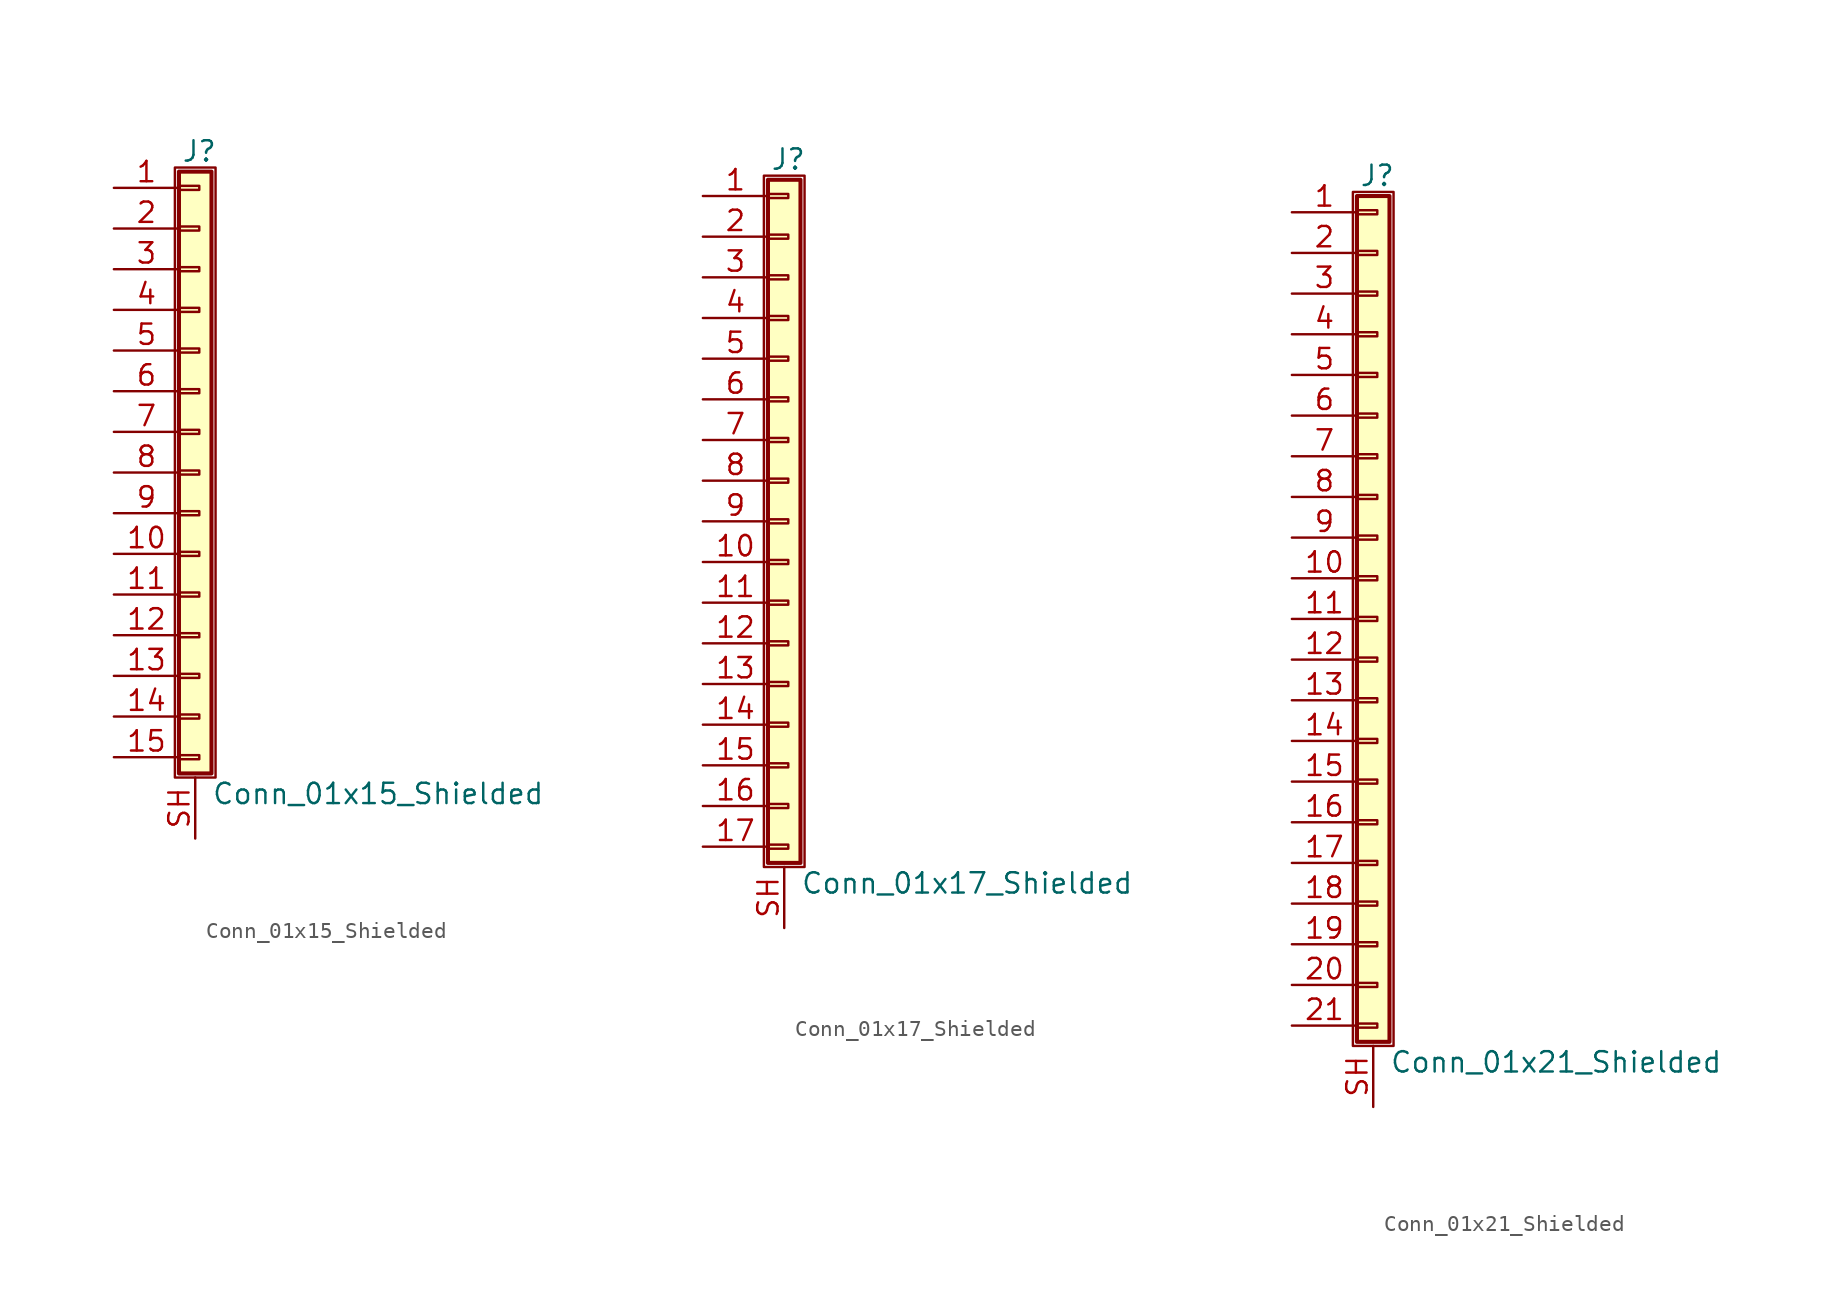
<source format=kicad_sym>
(kicad_symbol_lib
  (version 20220914)
  (generator kicad_symbol_editor)
  (symbol "Conn_01x15_Shielded"
    (pin_names
      (offset 1.016) hide)
    (property "Reference" "J"
      (at 0.254 20.066 0)
      (effects (font (size 1.27 1.27))))
    (property "Value" "Conn_01x15_Shielded"
      (at 1.016 -20.066 0)
      (effects (font (size 1.27 1.27)) (justify left)))
    (symbol "Conn_01x15_Shielded_1_1"
      (rectangle (start -1.27 19.05) (end 1.27 -19.05) (stroke (width 0.152) (type default)) (fill (type none)))
      (rectangle (start -1.016 -17.653) (end 0.254 -17.907) (stroke (width 0.152) (type default)) (fill (type none)))
      (rectangle (start -1.016 -15.113) (end 0.254 -15.367) (stroke (width 0.152) (type default)) (fill (type none)))
      (rectangle (start -1.016 -12.573) (end 0.254 -12.827) (stroke (width 0.152) (type default)) (fill (type none)))
      (rectangle (start -1.016 -10.033) (end 0.254 -10.287) (stroke (width 0.152) (type default)) (fill (type none)))
      (rectangle (start -1.016 -7.493) (end 0.254 -7.747) (stroke (width 0.152) (type default)) (fill (type none)))
      (rectangle (start -1.016 -4.953) (end 0.254 -5.207) (stroke (width 0.152) (type default)) (fill (type none)))
      (rectangle (start -1.016 -2.413) (end 0.254 -2.667) (stroke (width 0.152) (type default)) (fill (type none)))
      (rectangle (start -1.016 0.127) (end 0.254 -0.127) (stroke (width 0.152) (type default)) (fill (type none)))
      (rectangle (start -1.016 2.667) (end 0.254 2.413) (stroke (width 0.152) (type default)) (fill (type none)))
      (rectangle (start -1.016 5.207) (end 0.254 4.953) (stroke (width 0.152) (type default)) (fill (type none)))
      (rectangle (start -1.016 7.747) (end 0.254 7.493) (stroke (width 0.152) (type default)) (fill (type none)))
      (rectangle (start -1.016 10.287) (end 0.254 10.033) (stroke (width 0.152) (type default)) (fill (type none)))
      (rectangle (start -1.016 12.827) (end 0.254 12.573) (stroke (width 0.152) (type default)) (fill (type none)))
      (rectangle (start -1.016 15.367) (end 0.254 15.113) (stroke (width 0.152) (type default)) (fill (type none)))
      (rectangle (start -1.016 17.907) (end 0.254 17.653) (stroke (width 0.152) (type default)) (fill (type none)))
      (rectangle (start -1.016 18.796) (end 1.016 -18.796) (stroke (width 0.254) (type default)) (fill (type background)))
      (pin passive line (at -5.08 17.78 0) (length 4.064) (name "Pin_1" (effects (font (size 1.27 1.27)))) (number "1" (effects (font (size 1.27 1.27)))))
      (pin passive line (at -5.08 -5.08 0) (length 4.064) (name "Pin_10" (effects (font (size 1.27 1.27)))) (number "10" (effects (font (size 1.27 1.27)))))
      (pin passive line (at -5.08 -7.62 0) (length 4.064) (name "Pin_11" (effects (font (size 1.27 1.27)))) (number "11" (effects (font (size 1.27 1.27)))))
      (pin passive line (at -5.08 -10.16 0) (length 4.064) (name "Pin_12" (effects (font (size 1.27 1.27)))) (number "12" (effects (font (size 1.27 1.27)))))
      (pin passive line (at -5.08 -12.7 0) (length 4.064) (name "Pin_13" (effects (font (size 1.27 1.27)))) (number "13" (effects (font (size 1.27 1.27)))))
      (pin passive line (at -5.08 -15.24 0) (length 4.064) (name "Pin_14" (effects (font (size 1.27 1.27)))) (number "14" (effects (font (size 1.27 1.27)))))
      (pin passive line (at -5.08 -17.78 0) (length 4.064) (name "Pin_15" (effects (font (size 1.27 1.27)))) (number "15" (effects (font (size 1.27 1.27)))))
      (pin passive line (at -5.08 15.24 0) (length 4.064) (name "Pin_2" (effects (font (size 1.27 1.27)))) (number "2" (effects (font (size 1.27 1.27)))))
      (pin passive line (at -5.08 12.7 0) (length 4.064) (name "Pin_3" (effects (font (size 1.27 1.27)))) (number "3" (effects (font (size 1.27 1.27)))))
      (pin passive line (at -5.08 10.16 0) (length 4.064) (name "Pin_4" (effects (font (size 1.27 1.27)))) (number "4" (effects (font (size 1.27 1.27)))))
      (pin passive line (at -5.08 7.62 0) (length 4.064) (name "Pin_5" (effects (font (size 1.27 1.27)))) (number "5" (effects (font (size 1.27 1.27)))))
      (pin passive line (at -5.08 5.08 0) (length 4.064) (name "Pin_6" (effects (font (size 1.27 1.27)))) (number "6" (effects (font (size 1.27 1.27)))))
      (pin passive line (at -5.08 2.54 0) (length 4.064) (name "Pin_7" (effects (font (size 1.27 1.27)))) (number "7" (effects (font (size 1.27 1.27)))))
      (pin passive line (at -5.08 0 0) (length 4.064) (name "Pin_8" (effects (font (size 1.27 1.27)))) (number "8" (effects (font (size 1.27 1.27)))))
      (pin passive line (at -5.08 -2.54 0) (length 4.064) (name "Pin_9" (effects (font (size 1.27 1.27)))) (number "9" (effects (font (size 1.27 1.27)))))
      (pin passive line (at 0 -22.86 90) (length 3.81) (name "Shield" (effects (font (size 1.27 1.27)))) (number "SH" (effects (font (size 1.27 1.27)))))))
  (symbol "Conn_01x17_Shielded"
    (pin_names
      (offset 1.016) hide)
    (property "Reference" "J"
      (at 0.254 22.606 0)
      (effects (font (size 1.27 1.27))))
    (property "Value" "Conn_01x17_Shielded"
      (at 1.016 -22.606 0)
      (effects (font (size 1.27 1.27)) (justify left)))
    (symbol "Conn_01x17_Shielded_1_1"
      (rectangle (start -1.27 21.59) (end 1.27 -21.59) (stroke (width 0.152) (type default)) (fill (type none)))
      (rectangle (start -1.016 -20.193) (end 0.254 -20.447) (stroke (width 0.152) (type default)) (fill (type none)))
      (rectangle (start -1.016 -17.653) (end 0.254 -17.907) (stroke (width 0.152) (type default)) (fill (type none)))
      (rectangle (start -1.016 -15.113) (end 0.254 -15.367) (stroke (width 0.152) (type default)) (fill (type none)))
      (rectangle (start -1.016 -12.573) (end 0.254 -12.827) (stroke (width 0.152) (type default)) (fill (type none)))
      (rectangle (start -1.016 -10.033) (end 0.254 -10.287) (stroke (width 0.152) (type default)) (fill (type none)))
      (rectangle (start -1.016 -7.493) (end 0.254 -7.747) (stroke (width 0.152) (type default)) (fill (type none)))
      (rectangle (start -1.016 -4.953) (end 0.254 -5.207) (stroke (width 0.152) (type default)) (fill (type none)))
      (rectangle (start -1.016 -2.413) (end 0.254 -2.667) (stroke (width 0.152) (type default)) (fill (type none)))
      (rectangle (start -1.016 0.127) (end 0.254 -0.127) (stroke (width 0.152) (type default)) (fill (type none)))
      (rectangle (start -1.016 2.667) (end 0.254 2.413) (stroke (width 0.152) (type default)) (fill (type none)))
      (rectangle (start -1.016 5.207) (end 0.254 4.953) (stroke (width 0.152) (type default)) (fill (type none)))
      (rectangle (start -1.016 7.747) (end 0.254 7.493) (stroke (width 0.152) (type default)) (fill (type none)))
      (rectangle (start -1.016 10.287) (end 0.254 10.033) (stroke (width 0.152) (type default)) (fill (type none)))
      (rectangle (start -1.016 12.827) (end 0.254 12.573) (stroke (width 0.152) (type default)) (fill (type none)))
      (rectangle (start -1.016 15.367) (end 0.254 15.113) (stroke (width 0.152) (type default)) (fill (type none)))
      (rectangle (start -1.016 17.907) (end 0.254 17.653) (stroke (width 0.152) (type default)) (fill (type none)))
      (rectangle (start -1.016 20.447) (end 0.254 20.193) (stroke (width 0.152) (type default)) (fill (type none)))
      (rectangle (start -1.016 21.336) (end 1.016 -21.336) (stroke (width 0.254) (type default)) (fill (type background)))
      (pin passive line (at -5.08 20.32 0) (length 4.064) (name "Pin_1" (effects (font (size 1.27 1.27)))) (number "1" (effects (font (size 1.27 1.27)))))
      (pin passive line (at -5.08 -2.54 0) (length 4.064) (name "Pin_10" (effects (font (size 1.27 1.27)))) (number "10" (effects (font (size 1.27 1.27)))))
      (pin passive line (at -5.08 -5.08 0) (length 4.064) (name "Pin_11" (effects (font (size 1.27 1.27)))) (number "11" (effects (font (size 1.27 1.27)))))
      (pin passive line (at -5.08 -7.62 0) (length 4.064) (name "Pin_12" (effects (font (size 1.27 1.27)))) (number "12" (effects (font (size 1.27 1.27)))))
      (pin passive line (at -5.08 -10.16 0) (length 4.064) (name "Pin_13" (effects (font (size 1.27 1.27)))) (number "13" (effects (font (size 1.27 1.27)))))
      (pin passive line (at -5.08 -12.7 0) (length 4.064) (name "Pin_14" (effects (font (size 1.27 1.27)))) (number "14" (effects (font (size 1.27 1.27)))))
      (pin passive line (at -5.08 -15.24 0) (length 4.064) (name "Pin_15" (effects (font (size 1.27 1.27)))) (number "15" (effects (font (size 1.27 1.27)))))
      (pin passive line (at -5.08 -17.78 0) (length 4.064) (name "Pin_16" (effects (font (size 1.27 1.27)))) (number "16" (effects (font (size 1.27 1.27)))))
      (pin passive line (at -5.08 -20.32 0) (length 4.064) (name "Pin_17" (effects (font (size 1.27 1.27)))) (number "17" (effects (font (size 1.27 1.27)))))
      (pin passive line (at -5.08 17.78 0) (length 4.064) (name "Pin_2" (effects (font (size 1.27 1.27)))) (number "2" (effects (font (size 1.27 1.27)))))
      (pin passive line (at -5.08 15.24 0) (length 4.064) (name "Pin_3" (effects (font (size 1.27 1.27)))) (number "3" (effects (font (size 1.27 1.27)))))
      (pin passive line (at -5.08 12.7 0) (length 4.064) (name "Pin_4" (effects (font (size 1.27 1.27)))) (number "4" (effects (font (size 1.27 1.27)))))
      (pin passive line (at -5.08 10.16 0) (length 4.064) (name "Pin_5" (effects (font (size 1.27 1.27)))) (number "5" (effects (font (size 1.27 1.27)))))
      (pin passive line (at -5.08 7.62 0) (length 4.064) (name "Pin_6" (effects (font (size 1.27 1.27)))) (number "6" (effects (font (size 1.27 1.27)))))
      (pin passive line (at -5.08 5.08 0) (length 4.064) (name "Pin_7" (effects (font (size 1.27 1.27)))) (number "7" (effects (font (size 1.27 1.27)))))
      (pin passive line (at -5.08 2.54 0) (length 4.064) (name "Pin_8" (effects (font (size 1.27 1.27)))) (number "8" (effects (font (size 1.27 1.27)))))
      (pin passive line (at -5.08 0 0) (length 4.064) (name "Pin_9" (effects (font (size 1.27 1.27)))) (number "9" (effects (font (size 1.27 1.27)))))
      (pin passive line (at 0 -25.4 90) (length 3.81) (name "Shield" (effects (font (size 1.27 1.27)))) (number "SH" (effects (font (size 1.27 1.27)))))))
  (symbol "Conn_01x21_Shielded"
    (pin_names
      (offset 1.016) hide)
    (property "Reference" "J"
      (at 0.254 27.686 0)
      (effects (font (size 1.27 1.27))))
    (property "Value" "Conn_01x21_Shielded"
      (at 1.016 -27.686 0)
      (effects (font (size 1.27 1.27)) (justify left)))
    (symbol "Conn_01x21_Shielded_1_1"
      (rectangle (start -1.27 26.67) (end 1.27 -26.67) (stroke (width 0.152) (type default)) (fill (type none)))
      (rectangle (start -1.016 -25.273) (end 0.254 -25.527) (stroke (width 0.152) (type default)) (fill (type none)))
      (rectangle (start -1.016 -22.733) (end 0.254 -22.987) (stroke (width 0.152) (type default)) (fill (type none)))
      (rectangle (start -1.016 -20.193) (end 0.254 -20.447) (stroke (width 0.152) (type default)) (fill (type none)))
      (rectangle (start -1.016 -17.653) (end 0.254 -17.907) (stroke (width 0.152) (type default)) (fill (type none)))
      (rectangle (start -1.016 -15.113) (end 0.254 -15.367) (stroke (width 0.152) (type default)) (fill (type none)))
      (rectangle (start -1.016 -12.573) (end 0.254 -12.827) (stroke (width 0.152) (type default)) (fill (type none)))
      (rectangle (start -1.016 -10.033) (end 0.254 -10.287) (stroke (width 0.152) (type default)) (fill (type none)))
      (rectangle (start -1.016 -7.493) (end 0.254 -7.747) (stroke (width 0.152) (type default)) (fill (type none)))
      (rectangle (start -1.016 -4.953) (end 0.254 -5.207) (stroke (width 0.152) (type default)) (fill (type none)))
      (rectangle (start -1.016 -2.413) (end 0.254 -2.667) (stroke (width 0.152) (type default)) (fill (type none)))
      (rectangle (start -1.016 0.127) (end 0.254 -0.127) (stroke (width 0.152) (type default)) (fill (type none)))
      (rectangle (start -1.016 2.667) (end 0.254 2.413) (stroke (width 0.152) (type default)) (fill (type none)))
      (rectangle (start -1.016 5.207) (end 0.254 4.953) (stroke (width 0.152) (type default)) (fill (type none)))
      (rectangle (start -1.016 7.747) (end 0.254 7.493) (stroke (width 0.152) (type default)) (fill (type none)))
      (rectangle (start -1.016 10.287) (end 0.254 10.033) (stroke (width 0.152) (type default)) (fill (type none)))
      (rectangle (start -1.016 12.827) (end 0.254 12.573) (stroke (width 0.152) (type default)) (fill (type none)))
      (rectangle (start -1.016 15.367) (end 0.254 15.113) (stroke (width 0.152) (type default)) (fill (type none)))
      (rectangle (start -1.016 17.907) (end 0.254 17.653) (stroke (width 0.152) (type default)) (fill (type none)))
      (rectangle (start -1.016 20.447) (end 0.254 20.193) (stroke (width 0.152) (type default)) (fill (type none)))
      (rectangle (start -1.016 22.987) (end 0.254 22.733) (stroke (width 0.152) (type default)) (fill (type none)))
      (rectangle (start -1.016 25.527) (end 0.254 25.273) (stroke (width 0.152) (type default)) (fill (type none)))
      (rectangle (start -1.016 26.416) (end 1.016 -26.416) (stroke (width 0.254) (type default)) (fill (type background)))
      (pin passive line (at -5.08 25.4 0) (length 4.064) (name "Pin_1" (effects (font (size 1.27 1.27)))) (number "1" (effects (font (size 1.27 1.27)))))
      (pin passive line (at -5.08 2.54 0) (length 4.064) (name "Pin_10" (effects (font (size 1.27 1.27)))) (number "10" (effects (font (size 1.27 1.27)))))
      (pin passive line (at -5.08 0 0) (length 4.064) (name "Pin_11" (effects (font (size 1.27 1.27)))) (number "11" (effects (font (size 1.27 1.27)))))
      (pin passive line (at -5.08 -2.54 0) (length 4.064) (name "Pin_12" (effects (font (size 1.27 1.27)))) (number "12" (effects (font (size 1.27 1.27)))))
      (pin passive line (at -5.08 -5.08 0) (length 4.064) (name "Pin_13" (effects (font (size 1.27 1.27)))) (number "13" (effects (font (size 1.27 1.27)))))
      (pin passive line (at -5.08 -7.62 0) (length 4.064) (name "Pin_14" (effects (font (size 1.27 1.27)))) (number "14" (effects (font (size 1.27 1.27)))))
      (pin passive line (at -5.08 -10.16 0) (length 4.064) (name "Pin_15" (effects (font (size 1.27 1.27)))) (number "15" (effects (font (size 1.27 1.27)))))
      (pin passive line (at -5.08 -12.7 0) (length 4.064) (name "Pin_16" (effects (font (size 1.27 1.27)))) (number "16" (effects (font (size 1.27 1.27)))))
      (pin passive line (at -5.08 -15.24 0) (length 4.064) (name "Pin_17" (effects (font (size 1.27 1.27)))) (number "17" (effects (font (size 1.27 1.27)))))
      (pin passive line (at -5.08 -17.78 0) (length 4.064) (name "Pin_18" (effects (font (size 1.27 1.27)))) (number "18" (effects (font (size 1.27 1.27)))))
      (pin passive line (at -5.08 -20.32 0) (length 4.064) (name "Pin_19" (effects (font (size 1.27 1.27)))) (number "19" (effects (font (size 1.27 1.27)))))
      (pin passive line (at -5.08 22.86 0) (length 4.064) (name "Pin_2" (effects (font (size 1.27 1.27)))) (number "2" (effects (font (size 1.27 1.27)))))
      (pin passive line (at -5.08 -22.86 0) (length 4.064) (name "Pin_20" (effects (font (size 1.27 1.27)))) (number "20" (effects (font (size 1.27 1.27)))))
      (pin passive line (at -5.08 -25.4 0) (length 4.064) (name "Pin_21" (effects (font (size 1.27 1.27)))) (number "21" (effects (font (size 1.27 1.27)))))
      (pin passive line (at -5.08 20.32 0) (length 4.064) (name "Pin_3" (effects (font (size 1.27 1.27)))) (number "3" (effects (font (size 1.27 1.27)))))
      (pin passive line (at -5.08 17.78 0) (length 4.064) (name "Pin_4" (effects (font (size 1.27 1.27)))) (number "4" (effects (font (size 1.27 1.27)))))
      (pin passive line (at -5.08 15.24 0) (length 4.064) (name "Pin_5" (effects (font (size 1.27 1.27)))) (number "5" (effects (font (size 1.27 1.27)))))
      (pin passive line (at -5.08 12.7 0) (length 4.064) (name "Pin_6" (effects (font (size 1.27 1.27)))) (number "6" (effects (font (size 1.27 1.27)))))
      (pin passive line (at -5.08 10.16 0) (length 4.064) (name "Pin_7" (effects (font (size 1.27 1.27)))) (number "7" (effects (font (size 1.27 1.27)))))
      (pin passive line (at -5.08 7.62 0) (length 4.064) (name "Pin_8" (effects (font (size 1.27 1.27)))) (number "8" (effects (font (size 1.27 1.27)))))
      (pin passive line (at -5.08 5.08 0) (length 4.064) (name "Pin_9" (effects (font (size 1.27 1.27)))) (number "9" (effects (font (size 1.27 1.27)))))
      (pin passive line (at 0 -30.48 90) (length 3.81) (name "Shield" (effects (font (size 1.27 1.27)))) (number "SH" (effects (font (size 1.27 1.27))))))))
</source>
